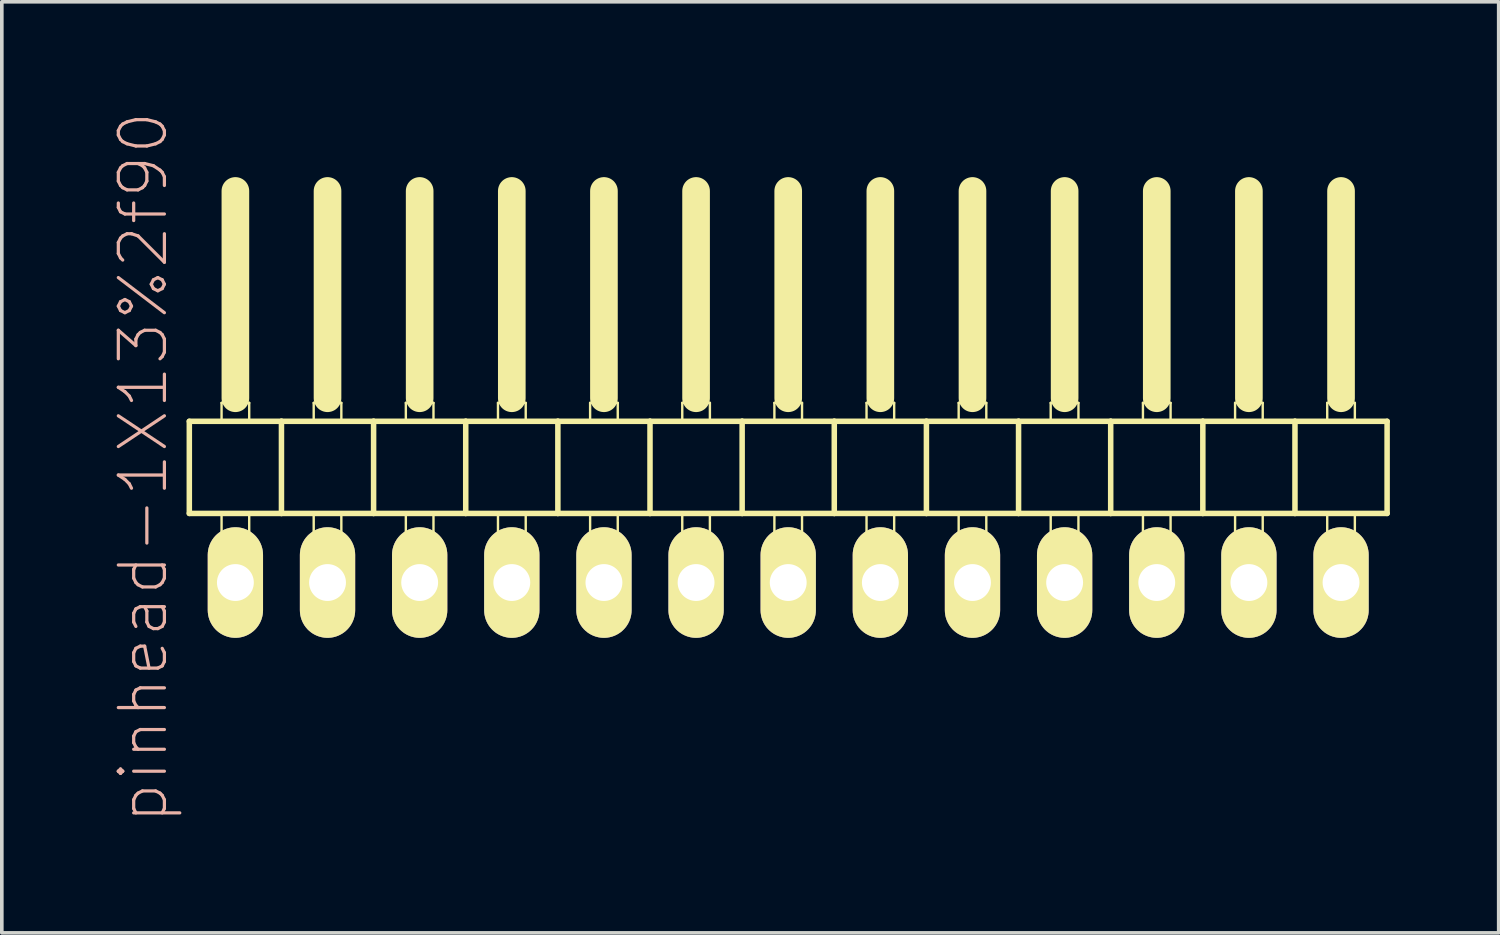
<source format=kicad_pcb>
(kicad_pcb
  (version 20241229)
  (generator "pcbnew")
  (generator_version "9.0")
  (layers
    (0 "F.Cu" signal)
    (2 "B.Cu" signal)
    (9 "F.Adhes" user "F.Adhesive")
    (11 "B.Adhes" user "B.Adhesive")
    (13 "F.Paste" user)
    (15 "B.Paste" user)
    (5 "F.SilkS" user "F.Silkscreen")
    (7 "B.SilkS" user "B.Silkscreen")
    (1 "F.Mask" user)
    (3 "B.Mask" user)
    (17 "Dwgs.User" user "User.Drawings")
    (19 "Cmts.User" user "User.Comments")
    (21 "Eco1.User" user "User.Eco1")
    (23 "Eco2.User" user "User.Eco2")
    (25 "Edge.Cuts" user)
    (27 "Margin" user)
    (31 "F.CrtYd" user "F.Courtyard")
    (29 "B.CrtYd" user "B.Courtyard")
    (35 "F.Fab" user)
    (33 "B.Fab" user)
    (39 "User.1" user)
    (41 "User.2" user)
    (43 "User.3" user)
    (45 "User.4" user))
  (footprint "pinhead-1X13%2f90"
    (layer "F.Cu")
    (at 18.679 9.199)
    (property "Reference" "pinhead-1X13%2f90" (at -17.78 0.635 90) (layer "B.SilkS") (effects (font (size 1.27 1.27) (thickness 0.089))))
    (attr exclude_from_pos_files exclude_from_bom)
    (fp_line (start -16.51 -0.635) (end -16.51 1.905) (stroke (width 0.152) (type solid)) (layer "F.SilkS"))
    (fp_line (start -16.51 1.905) (end -13.97 1.905) (stroke (width 0.152) (type solid)) (layer "F.SilkS"))
    (fp_line (start -15.621 -1.143) (end -14.859 -1.143) (stroke (width 0.066) (type solid)) (layer "F.SilkS"))
    (fp_line (start -15.621 -0.635) (end -15.621 -1.143) (stroke (width 0.066) (type solid)) (layer "F.SilkS"))
    (fp_line (start -15.621 -0.635) (end -14.859 -0.635) (stroke (width 0.066) (type solid)) (layer "F.SilkS"))
    (fp_line (start -15.621 1.905) (end -14.859 1.905) (stroke (width 0.066) (type solid)) (layer "F.SilkS"))
    (fp_line (start -15.621 2.921) (end -15.621 1.905) (stroke (width 0.066) (type solid)) (layer "F.SilkS"))
    (fp_line (start -15.621 2.921) (end -14.859 2.921) (stroke (width 0.066) (type solid)) (layer "F.SilkS"))
    (fp_line (start -15.24 -6.985) (end -15.24 -1.27) (stroke (width 0.762) (type solid)) (layer "F.SilkS"))
    (fp_line (start -14.859 -0.635) (end -14.859 -1.143) (stroke (width 0.066) (type solid)) (layer "F.SilkS"))
    (fp_line (start -14.859 2.921) (end -14.859 1.905) (stroke (width 0.066) (type solid)) (layer "F.SilkS"))
    (fp_line (start -13.97 -0.635) (end -16.51 -0.635) (stroke (width 0.152) (type solid)) (layer "F.SilkS"))
    (fp_line (start -13.97 1.905) (end -13.97 -0.635) (stroke (width 0.152) (type solid)) (layer "F.SilkS"))
    (fp_line (start -13.97 1.905) (end -11.43 1.905) (stroke (width 0.152) (type solid)) (layer "F.SilkS"))
    (fp_line (start -13.081 -1.143) (end -12.319 -1.143) (stroke (width 0.066) (type solid)) (layer "F.SilkS"))
    (fp_line (start -13.081 -0.635) (end -13.081 -1.143) (stroke (width 0.066) (type solid)) (layer "F.SilkS"))
    (fp_line (start -13.081 -0.635) (end -12.319 -0.635) (stroke (width 0.066) (type solid)) (layer "F.SilkS"))
    (fp_line (start -13.081 1.905) (end -12.319 1.905) (stroke (width 0.066) (type solid)) (layer "F.SilkS"))
    (fp_line (start -13.081 2.921) (end -13.081 1.905) (stroke (width 0.066) (type solid)) (layer "F.SilkS"))
    (fp_line (start -13.081 2.921) (end -12.319 2.921) (stroke (width 0.066) (type solid)) (layer "F.SilkS"))
    (fp_line (start -12.7 -6.985) (end -12.7 -1.27) (stroke (width 0.762) (type solid)) (layer "F.SilkS"))
    (fp_line (start -12.319 -0.635) (end -12.319 -1.143) (stroke (width 0.066) (type solid)) (layer "F.SilkS"))
    (fp_line (start -12.319 2.921) (end -12.319 1.905) (stroke (width 0.066) (type solid)) (layer "F.SilkS"))
    (fp_line (start -11.43 -0.635) (end -13.97 -0.635) (stroke (width 0.152) (type solid)) (layer "F.SilkS"))
    (fp_line (start -11.43 1.905) (end -11.43 -0.635) (stroke (width 0.152) (type solid)) (layer "F.SilkS"))
    (fp_line (start -11.43 1.905) (end -8.89 1.905) (stroke (width 0.152) (type solid)) (layer "F.SilkS"))
    (fp_line (start -10.541 -1.143) (end -9.779 -1.143) (stroke (width 0.066) (type solid)) (layer "F.SilkS"))
    (fp_line (start -10.541 -0.635) (end -10.541 -1.143) (stroke (width 0.066) (type solid)) (layer "F.SilkS"))
    (fp_line (start -10.541 -0.635) (end -9.779 -0.635) (stroke (width 0.066) (type solid)) (layer "F.SilkS"))
    (fp_line (start -10.541 1.905) (end -9.779 1.905) (stroke (width 0.066) (type solid)) (layer "F.SilkS"))
    (fp_line (start -10.541 2.921) (end -10.541 1.905) (stroke (width 0.066) (type solid)) (layer "F.SilkS"))
    (fp_line (start -10.541 2.921) (end -9.779 2.921) (stroke (width 0.066) (type solid)) (layer "F.SilkS"))
    (fp_line (start -10.16 -6.985) (end -10.16 -1.27) (stroke (width 0.762) (type solid)) (layer "F.SilkS"))
    (fp_line (start -9.779 -0.635) (end -9.779 -1.143) (stroke (width 0.066) (type solid)) (layer "F.SilkS"))
    (fp_line (start -9.779 2.921) (end -9.779 1.905) (stroke (width 0.066) (type solid)) (layer "F.SilkS"))
    (fp_line (start -8.89 -0.635) (end -11.43 -0.635) (stroke (width 0.152) (type solid)) (layer "F.SilkS"))
    (fp_line (start -8.89 1.905) (end -8.89 -0.635) (stroke (width 0.152) (type solid)) (layer "F.SilkS"))
    (fp_line (start -8.89 1.905) (end -6.35 1.905) (stroke (width 0.152) (type solid)) (layer "F.SilkS"))
    (fp_line (start -8.001 -1.143) (end -7.236 -1.143) (stroke (width 0.066) (type solid)) (layer "F.SilkS"))
    (fp_line (start -8.001 -0.635) (end -8.001 -1.143) (stroke (width 0.066) (type solid)) (layer "F.SilkS"))
    (fp_line (start -8.001 -0.635) (end -7.236 -0.635) (stroke (width 0.066) (type solid)) (layer "F.SilkS"))
    (fp_line (start -8.001 1.905) (end -7.236 1.905) (stroke (width 0.066) (type solid)) (layer "F.SilkS"))
    (fp_line (start -8.001 2.921) (end -8.001 1.905) (stroke (width 0.066) (type solid)) (layer "F.SilkS"))
    (fp_line (start -8.001 2.921) (end -7.236 2.921) (stroke (width 0.066) (type solid)) (layer "F.SilkS"))
    (fp_line (start -7.62 -6.985) (end -7.62 -1.27) (stroke (width 0.762) (type solid)) (layer "F.SilkS"))
    (fp_line (start -7.236 -0.635) (end -7.236 -1.143) (stroke (width 0.066) (type solid)) (layer "F.SilkS"))
    (fp_line (start -7.236 2.921) (end -7.236 1.905) (stroke (width 0.066) (type solid)) (layer "F.SilkS"))
    (fp_line (start -6.35 -0.635) (end -8.89 -0.635) (stroke (width 0.152) (type solid)) (layer "F.SilkS"))
    (fp_line (start -6.35 1.905) (end -6.35 -0.635) (stroke (width 0.152) (type solid)) (layer "F.SilkS"))
    (fp_line (start -6.35 1.905) (end -3.81 1.905) (stroke (width 0.152) (type solid)) (layer "F.SilkS"))
    (fp_line (start -5.461 -1.143) (end -4.699 -1.143) (stroke (width 0.066) (type solid)) (layer "F.SilkS"))
    (fp_line (start -5.461 -0.635) (end -5.461 -1.143) (stroke (width 0.066) (type solid)) (layer "F.SilkS"))
    (fp_line (start -5.461 -0.635) (end -4.699 -0.635) (stroke (width 0.066) (type solid)) (layer "F.SilkS"))
    (fp_line (start -5.461 1.905) (end -4.699 1.905) (stroke (width 0.066) (type solid)) (layer "F.SilkS"))
    (fp_line (start -5.461 2.921) (end -5.461 1.905) (stroke (width 0.066) (type solid)) (layer "F.SilkS"))
    (fp_line (start -5.461 2.921) (end -4.699 2.921) (stroke (width 0.066) (type solid)) (layer "F.SilkS"))
    (fp_line (start -5.08 -6.985) (end -5.08 -1.27) (stroke (width 0.762) (type solid)) (layer "F.SilkS"))
    (fp_line (start -4.699 -0.635) (end -4.699 -1.143) (stroke (width 0.066) (type solid)) (layer "F.SilkS"))
    (fp_line (start -4.699 2.921) (end -4.699 1.905) (stroke (width 0.066) (type solid)) (layer "F.SilkS"))
    (fp_line (start -3.81 -0.635) (end -6.35 -0.635) (stroke (width 0.152) (type solid)) (layer "F.SilkS"))
    (fp_line (start -3.81 1.905) (end -3.81 -0.635) (stroke (width 0.152) (type solid)) (layer "F.SilkS"))
    (fp_line (start -3.81 1.905) (end -1.27 1.905) (stroke (width 0.152) (type solid)) (layer "F.SilkS"))
    (fp_line (start -2.921 -1.143) (end -2.159 -1.143) (stroke (width 0.066) (type solid)) (layer "F.SilkS"))
    (fp_line (start -2.921 -0.635) (end -2.921 -1.143) (stroke (width 0.066) (type solid)) (layer "F.SilkS"))
    (fp_line (start -2.921 -0.635) (end -2.159 -0.635) (stroke (width 0.066) (type solid)) (layer "F.SilkS"))
    (fp_line (start -2.921 1.905) (end -2.159 1.905) (stroke (width 0.066) (type solid)) (layer "F.SilkS"))
    (fp_line (start -2.921 2.921) (end -2.921 1.905) (stroke (width 0.066) (type solid)) (layer "F.SilkS"))
    (fp_line (start -2.921 2.921) (end -2.159 2.921) (stroke (width 0.066) (type solid)) (layer "F.SilkS"))
    (fp_line (start -2.54 -6.985) (end -2.54 -1.27) (stroke (width 0.762) (type solid)) (layer "F.SilkS"))
    (fp_line (start -2.159 -0.635) (end -2.159 -1.143) (stroke (width 0.066) (type solid)) (layer "F.SilkS"))
    (fp_line (start -2.159 2.921) (end -2.159 1.905) (stroke (width 0.066) (type solid)) (layer "F.SilkS"))
    (fp_line (start -1.27 -0.635) (end -3.81 -0.635) (stroke (width 0.152) (type solid)) (layer "F.SilkS"))
    (fp_line (start -1.27 1.905) (end -1.27 -0.635) (stroke (width 0.152) (type solid)) (layer "F.SilkS"))
    (fp_line (start -1.27 1.905) (end 1.27 1.905) (stroke (width 0.152) (type solid)) (layer "F.SilkS"))
    (fp_line (start -0.381 -1.143) (end 0.381 -1.143) (stroke (width 0.066) (type solid)) (layer "F.SilkS"))
    (fp_line (start -0.381 -0.635) (end -0.381 -1.143) (stroke (width 0.066) (type solid)) (layer "F.SilkS"))
    (fp_line (start -0.381 -0.635) (end 0.381 -0.635) (stroke (width 0.066) (type solid)) (layer "F.SilkS"))
    (fp_line (start -0.381 1.905) (end 0.381 1.905) (stroke (width 0.066) (type solid)) (layer "F.SilkS"))
    (fp_line (start -0.381 2.921) (end -0.381 1.905) (stroke (width 0.066) (type solid)) (layer "F.SilkS"))
    (fp_line (start -0.381 2.921) (end 0.381 2.921) (stroke (width 0.066) (type solid)) (layer "F.SilkS"))
    (fp_line (start 0 -6.985) (end 0 -1.27) (stroke (width 0.762) (type solid)) (layer "F.SilkS"))
    (fp_line (start 0.381 -0.635) (end 0.381 -1.143) (stroke (width 0.066) (type solid)) (layer "F.SilkS"))
    (fp_line (start 0.381 2.921) (end 0.381 1.905) (stroke (width 0.066) (type solid)) (layer "F.SilkS"))
    (fp_line (start 1.27 -0.635) (end -1.27 -0.635) (stroke (width 0.152) (type solid)) (layer "F.SilkS"))
    (fp_line (start 1.27 1.905) (end 1.27 -0.635) (stroke (width 0.152) (type solid)) (layer "F.SilkS"))
    (fp_line (start 1.27 1.905) (end 3.81 1.905) (stroke (width 0.152) (type solid)) (layer "F.SilkS"))
    (fp_line (start 2.159 -1.143) (end 2.921 -1.143) (stroke (width 0.066) (type solid)) (layer "F.SilkS"))
    (fp_line (start 2.159 -0.635) (end 2.159 -1.143) (stroke (width 0.066) (type solid)) (layer "F.SilkS"))
    (fp_line (start 2.159 -0.635) (end 2.921 -0.635) (stroke (width 0.066) (type solid)) (layer "F.SilkS"))
    (fp_line (start 2.159 1.905) (end 2.921 1.905) (stroke (width 0.066) (type solid)) (layer "F.SilkS"))
    (fp_line (start 2.159 2.921) (end 2.159 1.905) (stroke (width 0.066) (type solid)) (layer "F.SilkS"))
    (fp_line (start 2.159 2.921) (end 2.921 2.921) (stroke (width 0.066) (type solid)) (layer "F.SilkS"))
    (fp_line (start 2.54 -6.985) (end 2.54 -1.27) (stroke (width 0.762) (type solid)) (layer "F.SilkS"))
    (fp_line (start 2.921 -0.635) (end 2.921 -1.143) (stroke (width 0.066) (type solid)) (layer "F.SilkS"))
    (fp_line (start 2.921 2.921) (end 2.921 1.905) (stroke (width 0.066) (type solid)) (layer "F.SilkS"))
    (fp_line (start 3.81 -0.635) (end 1.27 -0.635) (stroke (width 0.152) (type solid)) (layer "F.SilkS"))
    (fp_line (start 3.81 1.905) (end 3.81 -0.635) (stroke (width 0.152) (type solid)) (layer "F.SilkS"))
    (fp_line (start 3.81 1.905) (end 6.35 1.905) (stroke (width 0.152) (type solid)) (layer "F.SilkS"))
    (fp_line (start 4.699 -1.143) (end 5.461 -1.143) (stroke (width 0.066) (type solid)) (layer "F.SilkS"))
    (fp_line (start 4.699 -0.635) (end 4.699 -1.143) (stroke (width 0.066) (type solid)) (layer "F.SilkS"))
    (fp_line (start 4.699 -0.635) (end 5.461 -0.635) (stroke (width 0.066) (type solid)) (layer "F.SilkS"))
    (fp_line (start 4.699 1.905) (end 5.461 1.905) (stroke (width 0.066) (type solid)) (layer "F.SilkS"))
    (fp_line (start 4.699 2.921) (end 4.699 1.905) (stroke (width 0.066) (type solid)) (layer "F.SilkS"))
    (fp_line (start 4.699 2.921) (end 5.461 2.921) (stroke (width 0.066) (type solid)) (layer "F.SilkS"))
    (fp_line (start 5.08 -6.985) (end 5.08 -1.27) (stroke (width 0.762) (type solid)) (layer "F.SilkS"))
    (fp_line (start 5.461 -0.635) (end 5.461 -1.143) (stroke (width 0.066) (type solid)) (layer "F.SilkS"))
    (fp_line (start 5.461 2.921) (end 5.461 1.905) (stroke (width 0.066) (type solid)) (layer "F.SilkS"))
    (fp_line (start 6.35 -0.635) (end 3.81 -0.635) (stroke (width 0.152) (type solid)) (layer "F.SilkS"))
    (fp_line (start 6.35 1.905) (end 6.35 -0.635) (stroke (width 0.152) (type solid)) (layer "F.SilkS"))
    (fp_line (start 6.35 1.905) (end 8.89 1.905) (stroke (width 0.152) (type solid)) (layer "F.SilkS"))
    (fp_line (start 7.236 -1.143) (end 8.001 -1.143) (stroke (width 0.066) (type solid)) (layer "F.SilkS"))
    (fp_line (start 7.236 -0.635) (end 7.236 -1.143) (stroke (width 0.066) (type solid)) (layer "F.SilkS"))
    (fp_line (start 7.236 -0.635) (end 8.001 -0.635) (stroke (width 0.066) (type solid)) (layer "F.SilkS"))
    (fp_line (start 7.236 1.905) (end 8.001 1.905) (stroke (width 0.066) (type solid)) (layer "F.SilkS"))
    (fp_line (start 7.236 2.921) (end 7.236 1.905) (stroke (width 0.066) (type solid)) (layer "F.SilkS"))
    (fp_line (start 7.236 2.921) (end 8.001 2.921) (stroke (width 0.066) (type solid)) (layer "F.SilkS"))
    (fp_line (start 7.62 -6.985) (end 7.62 -1.27) (stroke (width 0.762) (type solid)) (layer "F.SilkS"))
    (fp_line (start 8.001 -0.635) (end 8.001 -1.143) (stroke (width 0.066) (type solid)) (layer "F.SilkS"))
    (fp_line (start 8.001 2.921) (end 8.001 1.905) (stroke (width 0.066) (type solid)) (layer "F.SilkS"))
    (fp_line (start 8.89 -0.635) (end 6.35 -0.635) (stroke (width 0.152) (type solid)) (layer "F.SilkS"))
    (fp_line (start 8.89 1.905) (end 8.89 -0.635) (stroke (width 0.152) (type solid)) (layer "F.SilkS"))
    (fp_line (start 8.89 1.905) (end 11.43 1.905) (stroke (width 0.152) (type solid)) (layer "F.SilkS"))
    (fp_line (start 9.779 -1.143) (end 10.541 -1.143) (stroke (width 0.066) (type solid)) (layer "F.SilkS"))
    (fp_line (start 9.779 -0.635) (end 9.779 -1.143) (stroke (width 0.066) (type solid)) (layer "F.SilkS"))
    (fp_line (start 9.779 -0.635) (end 10.541 -0.635) (stroke (width 0.066) (type solid)) (layer "F.SilkS"))
    (fp_line (start 9.779 1.905) (end 10.541 1.905) (stroke (width 0.066) (type solid)) (layer "F.SilkS"))
    (fp_line (start 9.779 2.921) (end 9.779 1.905) (stroke (width 0.066) (type solid)) (layer "F.SilkS"))
    (fp_line (start 9.779 2.921) (end 10.541 2.921) (stroke (width 0.066) (type solid)) (layer "F.SilkS"))
    (fp_line (start 10.16 -6.985) (end 10.16 -1.27) (stroke (width 0.762) (type solid)) (layer "F.SilkS"))
    (fp_line (start 10.541 -0.635) (end 10.541 -1.143) (stroke (width 0.066) (type solid)) (layer "F.SilkS"))
    (fp_line (start 10.541 2.921) (end 10.541 1.905) (stroke (width 0.066) (type solid)) (layer "F.SilkS"))
    (fp_line (start 11.43 -0.635) (end 8.89 -0.635) (stroke (width 0.152) (type solid)) (layer "F.SilkS"))
    (fp_line (start 11.43 1.905) (end 11.43 -0.635) (stroke (width 0.152) (type solid)) (layer "F.SilkS"))
    (fp_line (start 11.43 1.905) (end 13.97 1.905) (stroke (width 0.152) (type solid)) (layer "F.SilkS"))
    (fp_line (start 12.319 -1.143) (end 13.081 -1.143) (stroke (width 0.066) (type solid)) (layer "F.SilkS"))
    (fp_line (start 12.319 -0.635) (end 12.319 -1.143) (stroke (width 0.066) (type solid)) (layer "F.SilkS"))
    (fp_line (start 12.319 -0.635) (end 13.081 -0.635) (stroke (width 0.066) (type solid)) (layer "F.SilkS"))
    (fp_line (start 12.319 1.905) (end 13.081 1.905) (stroke (width 0.066) (type solid)) (layer "F.SilkS"))
    (fp_line (start 12.319 2.921) (end 12.319 1.905) (stroke (width 0.066) (type solid)) (layer "F.SilkS"))
    (fp_line (start 12.319 2.921) (end 13.081 2.921) (stroke (width 0.066) (type solid)) (layer "F.SilkS"))
    (fp_line (start 12.7 -6.985) (end 12.7 -1.27) (stroke (width 0.762) (type solid)) (layer "F.SilkS"))
    (fp_line (start 13.081 -0.635) (end 13.081 -1.143) (stroke (width 0.066) (type solid)) (layer "F.SilkS"))
    (fp_line (start 13.081 2.921) (end 13.081 1.905) (stroke (width 0.066) (type solid)) (layer "F.SilkS"))
    (fp_line (start 13.97 -0.635) (end 11.43 -0.635) (stroke (width 0.152) (type solid)) (layer "F.SilkS"))
    (fp_line (start 13.97 1.905) (end 13.97 -0.635) (stroke (width 0.152) (type solid)) (layer "F.SilkS"))
    (fp_line (start 13.97 1.905) (end 16.51 1.905) (stroke (width 0.152) (type solid)) (layer "F.SilkS"))
    (fp_line (start 14.859 -1.143) (end 15.621 -1.143) (stroke (width 0.066) (type solid)) (layer "F.SilkS"))
    (fp_line (start 14.859 -0.635) (end 14.859 -1.143) (stroke (width 0.066) (type solid)) (layer "F.SilkS"))
    (fp_line (start 14.859 -0.635) (end 15.621 -0.635) (stroke (width 0.066) (type solid)) (layer "F.SilkS"))
    (fp_line (start 14.859 1.905) (end 15.621 1.905) (stroke (width 0.066) (type solid)) (layer "F.SilkS"))
    (fp_line (start 14.859 2.921) (end 14.859 1.905) (stroke (width 0.066) (type solid)) (layer "F.SilkS"))
    (fp_line (start 14.859 2.921) (end 15.621 2.921) (stroke (width 0.066) (type solid)) (layer "F.SilkS"))
    (fp_line (start 15.24 -6.985) (end 15.24 -1.27) (stroke (width 0.762) (type solid)) (layer "F.SilkS"))
    (fp_line (start 15.621 -0.635) (end 15.621 -1.143) (stroke (width 0.066) (type solid)) (layer "F.SilkS"))
    (fp_line (start 15.621 2.921) (end 15.621 1.905) (stroke (width 0.066) (type solid)) (layer "F.SilkS"))
    (fp_line (start 16.51 -0.635) (end 13.97 -0.635) (stroke (width 0.152) (type solid)) (layer "F.SilkS"))
    (fp_line (start 16.51 1.905) (end 16.51 -0.635) (stroke (width 0.152) (type solid)) (layer "F.SilkS"))
    (pad "1" thru_hole oval (at -15.24 3.81) (size 1.524 3.048) (drill 1.016) (layers "*.Cu" "F.Mask" "F.SilkS" "F.Paste"))
    (pad "2" thru_hole oval (at -12.7 3.81) (size 1.524 3.048) (drill 1.016) (layers "*.Cu" "F.Mask" "F.SilkS" "F.Paste"))
    (pad "3" thru_hole oval (at -10.16 3.81) (size 1.524 3.048) (drill 1.016) (layers "*.Cu" "F.Mask" "F.SilkS" "F.Paste"))
    (pad "4" thru_hole oval (at -7.62 3.81) (size 1.524 3.048) (drill 1.016) (layers "*.Cu" "F.Mask" "F.SilkS" "F.Paste"))
    (pad "5" thru_hole oval (at -5.08 3.81) (size 1.524 3.048) (drill 1.016) (layers "*.Cu" "F.Mask" "F.SilkS" "F.Paste"))
    (pad "6" thru_hole oval (at -2.54 3.81) (size 1.524 3.048) (drill 1.016) (layers "*.Cu" "F.Mask" "F.SilkS" "F.Paste"))
    (pad "7" thru_hole oval (at 0 3.81) (size 1.524 3.048) (drill 1.016) (layers "*.Cu" "F.Mask" "F.SilkS" "F.Paste"))
    (pad "8" thru_hole oval (at 2.54 3.81) (size 1.524 3.048) (drill 1.016) (layers "*.Cu" "F.Mask" "F.SilkS" "F.Paste"))
    (pad "9" thru_hole oval (at 5.08 3.81) (size 1.524 3.048) (drill 1.016) (layers "*.Cu" "F.Mask" "F.SilkS" "F.Paste"))
    (pad "10" thru_hole oval (at 7.62 3.81) (size 1.524 3.048) (drill 1.016) (layers "*.Cu" "F.Mask" "F.SilkS" "F.Paste"))
    (pad "11" thru_hole oval (at 10.16 3.81) (size 1.524 3.048) (drill 1.016) (layers "*.Cu" "F.Mask" "F.SilkS" "F.Paste"))
    (pad "12" thru_hole oval (at 12.7 3.81) (size 1.524 3.048) (drill 1.016) (layers "*.Cu" "F.Mask" "F.SilkS" "F.Paste"))
    (pad "13" thru_hole oval (at 15.24 3.81) (size 1.524 3.048) (drill 1.016) (layers "*.Cu" "F.Mask" "F.SilkS" "F.Paste")))
  (gr_rect
    (start -3 -3)
    (end 38.265 22.667)
    (stroke (width 0.1) (type default))
    (fill no)
    (layer "Edge.Cuts")))
</source>
